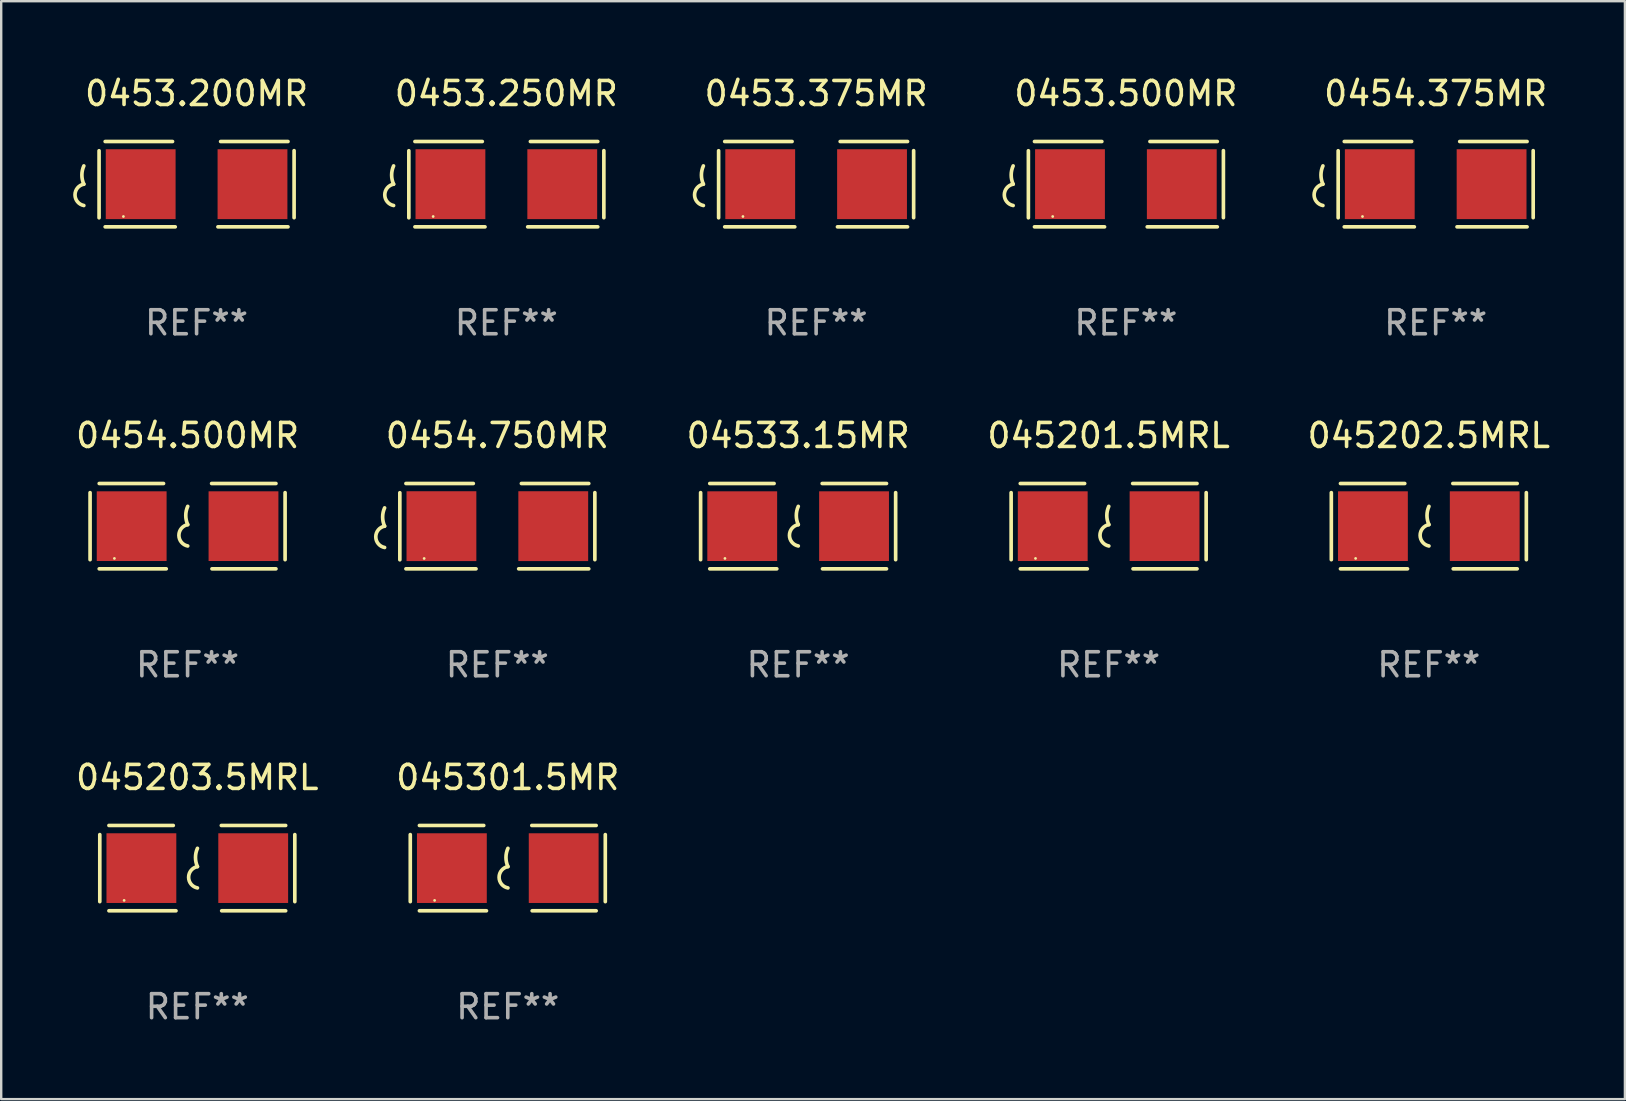
<source format=kicad_pcb>
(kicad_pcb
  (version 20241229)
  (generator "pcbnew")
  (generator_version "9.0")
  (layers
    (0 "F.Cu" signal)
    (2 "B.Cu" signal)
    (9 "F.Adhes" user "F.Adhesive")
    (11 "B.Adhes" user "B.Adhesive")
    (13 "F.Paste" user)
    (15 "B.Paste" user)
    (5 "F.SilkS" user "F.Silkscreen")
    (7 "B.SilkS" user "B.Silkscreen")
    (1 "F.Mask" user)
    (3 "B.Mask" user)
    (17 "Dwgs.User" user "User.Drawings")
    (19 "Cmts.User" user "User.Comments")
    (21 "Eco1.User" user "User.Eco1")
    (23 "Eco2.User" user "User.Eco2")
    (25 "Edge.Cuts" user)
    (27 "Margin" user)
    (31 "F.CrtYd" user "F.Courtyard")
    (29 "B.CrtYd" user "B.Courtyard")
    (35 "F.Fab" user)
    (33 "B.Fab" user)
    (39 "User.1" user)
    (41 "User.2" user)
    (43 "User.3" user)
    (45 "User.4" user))
  (footprint "0454.500MR"
    (layer "F.Cu")
    (at 4.768 18.879)
    (property "Reference" "0454.500MR" (at 0 -3.778 0) (layer "F.SilkS") (effects (font (size 1 1) (thickness 0.15))))
    (attr through_hole)
    (fp_line (start -4.064 -1.397) (end -4.064 1.397) (stroke (width 0.152) (type solid)) (layer "F.SilkS"))
    (fp_line (start -3.683 -1.778) (end -1.002 -1.778) (stroke (width 0.152) (type solid)) (layer "F.SilkS"))
    (fp_line (start -0.889 1.778) (end -3.683 1.778) (stroke (width 0.152) (type solid)) (layer "F.SilkS"))
    (fp_line (start 1.016 1.778) (end 3.683 1.778) (stroke (width 0.152) (type solid)) (layer "F.SilkS"))
    (fp_line (start 3.683 -1.778) (end 1.001 -1.778) (stroke (width 0.152) (type solid)) (layer "F.SilkS"))
    (fp_line (start 4.064 -1.397) (end 4.064 1.397) (stroke (width 0.152) (type solid)) (layer "F.SilkS"))
    (fp_arc (start 0.006045 -0.0635) (mid -0.075591 -0.444501) (end 0.006045 -0.825502) (stroke (width 0.151994) (type solid)) (layer "F.SilkS"))
    (fp_arc (start 0.006045 0.825502) (mid -0.361643 0.381001) (end 0.006045 -0.0635) (stroke (width 0.151994) (type solid)) (layer "F.SilkS"))
    (fp_circle (center -3.05 1.345) (end -3.02 1.345) (stroke (width 0.06) (type solid)) (fill no) (layer "F.SilkS"))
    (fp_text user "REF**" (at 0 5.778 0) (layer "F.Fab") (effects (font (size 1 1) (thickness 0.15))))
    (pad "1" smd rect (at -2.33 0) (size 2.91 2.905) (layers "F.Cu" "F.Mask" "F.Paste"))
    (pad "2" smd rect (at 2.33 0) (size 2.91 2.905) (layers "F.Cu" "F.Mask" "F.Paste")))
  (footprint "0454.375MR"
    (layer "F.Cu")
    (at 56.785 4.626)
    (property "Reference" "0454.375MR" (at 0 -3.778 0) (layer "F.SilkS") (effects (font (size 1 1) (thickness 0.15))))
    (attr through_hole)
    (fp_line (start -4.064 -1.393) (end -4.064 1.401) (stroke (width 0.152) (type solid)) (layer "F.SilkS"))
    (fp_line (start -3.81 -1.778) (end -1.002 -1.778) (stroke (width 0.152) (type solid)) (layer "F.SilkS"))
    (fp_line (start -0.889 1.778) (end -3.81 1.778) (stroke (width 0.152) (type solid)) (layer "F.SilkS"))
    (fp_line (start 0.889 1.778) (end 3.81 1.778) (stroke (width 0.152) (type solid)) (layer "F.SilkS"))
    (fp_line (start 3.81 -1.778) (end 1.002 -1.778) (stroke (width 0.152) (type solid)) (layer "F.SilkS"))
    (fp_line (start 4.064 -1.397) (end 4.064 1.397) (stroke (width 0.152) (type solid)) (layer "F.SilkS"))
    (fp_arc (start -4.699009 0) (mid -4.780645 -0.381001) (end -4.699009 -0.762002) (stroke (width 0.151994) (type solid)) (layer "F.SilkS"))
    (fp_arc (start -4.699009 0.889002) (mid -5.066697 0.444501) (end -4.699009 0) (stroke (width 0.151994) (type solid)) (layer "F.SilkS"))
    (fp_circle (center -3.05 1.347) (end -3.02 1.347) (stroke (width 0.06) (type solid)) (fill no) (layer "F.SilkS"))
    (fp_text user "REF**" (at 0 5.778 0) (layer "F.Fab") (effects (font (size 1 1) (thickness 0.15))))
    (pad "1" smd rect (at -2.33 0) (size 2.91 2.911) (layers "F.Cu" "F.Mask" "F.Paste"))
    (pad "2" smd rect (at 2.33 0) (size 2.91 2.911) (layers "F.Cu" "F.Mask" "F.Paste")))
  (footprint "0453.500MR"
    (layer "F.Cu")
    (at 43.874 4.626)
    (property "Reference" "0453.500MR" (at 0 -3.778 0) (layer "F.SilkS") (effects (font (size 1 1) (thickness 0.15))))
    (attr through_hole)
    (fp_line (start -4.064 -1.393) (end -4.064 1.401) (stroke (width 0.152) (type solid)) (layer "F.SilkS"))
    (fp_line (start -3.81 -1.778) (end -1.002 -1.778) (stroke (width 0.152) (type solid)) (layer "F.SilkS"))
    (fp_line (start -0.889 1.778) (end -3.81 1.778) (stroke (width 0.152) (type solid)) (layer "F.SilkS"))
    (fp_line (start 0.889 1.778) (end 3.81 1.778) (stroke (width 0.152) (type solid)) (layer "F.SilkS"))
    (fp_line (start 3.81 -1.778) (end 1.002 -1.778) (stroke (width 0.152) (type solid)) (layer "F.SilkS"))
    (fp_line (start 4.064 -1.397) (end 4.064 1.397) (stroke (width 0.152) (type solid)) (layer "F.SilkS"))
    (fp_arc (start -4.699009 0) (mid -4.780645 -0.381001) (end -4.699009 -0.762002) (stroke (width 0.151994) (type solid)) (layer "F.SilkS"))
    (fp_arc (start -4.699009 0.889002) (mid -5.066697 0.444501) (end -4.699009 0) (stroke (width 0.151994) (type solid)) (layer "F.SilkS"))
    (fp_circle (center -3.05 1.347) (end -3.02 1.347) (stroke (width 0.06) (type solid)) (fill no) (layer "F.SilkS"))
    (fp_text user "REF**" (at 0 5.778 0) (layer "F.Fab") (effects (font (size 1 1) (thickness 0.15))))
    (pad "1" smd rect (at -2.33 0) (size 2.91 2.911) (layers "F.Cu" "F.Mask" "F.Paste"))
    (pad "2" smd rect (at 2.33 0) (size 2.91 2.911) (layers "F.Cu" "F.Mask" "F.Paste")))
  (footprint "045301.5MR"
    (layer "F.Cu")
    (at 18.113 33.131)
    (property "Reference" "045301.5MR" (at 0 -3.778 0) (layer "F.SilkS") (effects (font (size 1 1) (thickness 0.15))))
    (attr through_hole)
    (fp_line (start -4.064 -1.397) (end -4.064 1.397) (stroke (width 0.152) (type solid)) (layer "F.SilkS"))
    (fp_line (start -3.683 -1.778) (end -1.002 -1.778) (stroke (width 0.152) (type solid)) (layer "F.SilkS"))
    (fp_line (start -0.889 1.778) (end -3.683 1.778) (stroke (width 0.152) (type solid)) (layer "F.SilkS"))
    (fp_line (start 1.016 1.778) (end 3.683 1.778) (stroke (width 0.152) (type solid)) (layer "F.SilkS"))
    (fp_line (start 3.683 -1.778) (end 1.001 -1.778) (stroke (width 0.152) (type solid)) (layer "F.SilkS"))
    (fp_line (start 4.064 -1.397) (end 4.064 1.397) (stroke (width 0.152) (type solid)) (layer "F.SilkS"))
    (fp_arc (start 0.006045 -0.0635) (mid -0.075591 -0.444501) (end 0.006045 -0.825502) (stroke (width 0.151994) (type solid)) (layer "F.SilkS"))
    (fp_arc (start 0.006045 0.825502) (mid -0.361643 0.381001) (end 0.006045 -0.0635) (stroke (width 0.151994) (type solid)) (layer "F.SilkS"))
    (fp_circle (center -3.05 1.345) (end -3.02 1.345) (stroke (width 0.06) (type solid)) (fill no) (layer "F.SilkS"))
    (fp_text user "REF**" (at 0 5.778 0) (layer "F.Fab") (effects (font (size 1 1) (thickness 0.15))))
    (pad "1" smd rect (at -2.33 0) (size 2.91 2.905) (layers "F.Cu" "F.Mask" "F.Paste"))
    (pad "2" smd rect (at 2.33 0) (size 2.91 2.905) (layers "F.Cu" "F.Mask" "F.Paste")))
  (footprint "0453.200MR"
    (layer "F.Cu")
    (at 5.143 4.626)
    (property "Reference" "0453.200MR" (at 0 -3.778 0) (layer "F.SilkS") (effects (font (size 1 1) (thickness 0.15))))
    (attr through_hole)
    (fp_line (start -4.064 -1.393) (end -4.064 1.401) (stroke (width 0.152) (type solid)) (layer "F.SilkS"))
    (fp_line (start -3.81 -1.778) (end -1.002 -1.778) (stroke (width 0.152) (type solid)) (layer "F.SilkS"))
    (fp_line (start -0.889 1.778) (end -3.81 1.778) (stroke (width 0.152) (type solid)) (layer "F.SilkS"))
    (fp_line (start 0.889 1.778) (end 3.81 1.778) (stroke (width 0.152) (type solid)) (layer "F.SilkS"))
    (fp_line (start 3.81 -1.778) (end 1.002 -1.778) (stroke (width 0.152) (type solid)) (layer "F.SilkS"))
    (fp_line (start 4.064 -1.397) (end 4.064 1.397) (stroke (width 0.152) (type solid)) (layer "F.SilkS"))
    (fp_arc (start -4.699009 0) (mid -4.780645 -0.381001) (end -4.699009 -0.762002) (stroke (width 0.151994) (type solid)) (layer "F.SilkS"))
    (fp_arc (start -4.699009 0.889002) (mid -5.066697 0.444501) (end -4.699009 0) (stroke (width 0.151994) (type solid)) (layer "F.SilkS"))
    (fp_circle (center -3.05 1.347) (end -3.02 1.347) (stroke (width 0.06) (type solid)) (fill no) (layer "F.SilkS"))
    (fp_text user "REF**" (at 0 5.778 0) (layer "F.Fab") (effects (font (size 1 1) (thickness 0.15))))
    (pad "1" smd rect (at -2.33 0) (size 2.91 2.911) (layers "F.Cu" "F.Mask" "F.Paste"))
    (pad "2" smd rect (at 2.33 0) (size 2.91 2.911) (layers "F.Cu" "F.Mask" "F.Paste")))
  (footprint "04533.15MR"
    (layer "F.Cu")
    (at 30.214 18.879)
    (property "Reference" "04533.15MR" (at 0 -3.778 0) (layer "F.SilkS") (effects (font (size 1 1) (thickness 0.15))))
    (attr through_hole)
    (fp_line (start -4.064 -1.397) (end -4.064 1.397) (stroke (width 0.152) (type solid)) (layer "F.SilkS"))
    (fp_line (start -3.683 -1.778) (end -1.002 -1.778) (stroke (width 0.152) (type solid)) (layer "F.SilkS"))
    (fp_line (start -0.889 1.778) (end -3.683 1.778) (stroke (width 0.152) (type solid)) (layer "F.SilkS"))
    (fp_line (start 1.016 1.778) (end 3.683 1.778) (stroke (width 0.152) (type solid)) (layer "F.SilkS"))
    (fp_line (start 3.683 -1.778) (end 1.001 -1.778) (stroke (width 0.152) (type solid)) (layer "F.SilkS"))
    (fp_line (start 4.064 -1.397) (end 4.064 1.397) (stroke (width 0.152) (type solid)) (layer "F.SilkS"))
    (fp_arc (start 0.006045 -0.0635) (mid -0.075591 -0.444501) (end 0.006045 -0.825502) (stroke (width 0.151994) (type solid)) (layer "F.SilkS"))
    (fp_arc (start 0.006045 0.825502) (mid -0.361643 0.381001) (end 0.006045 -0.0635) (stroke (width 0.151994) (type solid)) (layer "F.SilkS"))
    (fp_circle (center -3.05 1.345) (end -3.02 1.345) (stroke (width 0.06) (type solid)) (fill no) (layer "F.SilkS"))
    (fp_text user "REF**" (at 0 5.778 0) (layer "F.Fab") (effects (font (size 1 1) (thickness 0.15))))
    (pad "1" smd rect (at -2.33 0) (size 2.91 2.905) (layers "F.Cu" "F.Mask" "F.Paste"))
    (pad "2" smd rect (at 2.33 0) (size 2.91 2.905) (layers "F.Cu" "F.Mask" "F.Paste")))
  (footprint "0454.750MR"
    (layer "F.Cu")
    (at 17.678 18.879)
    (property "Reference" "0454.750MR" (at 0 -3.778 0) (layer "F.SilkS") (effects (font (size 1 1) (thickness 0.15))))
    (attr through_hole)
    (fp_line (start -4.064 -1.393) (end -4.064 1.401) (stroke (width 0.152) (type solid)) (layer "F.SilkS"))
    (fp_line (start -3.81 -1.778) (end -1.002 -1.778) (stroke (width 0.152) (type solid)) (layer "F.SilkS"))
    (fp_line (start -0.889 1.778) (end -3.81 1.778) (stroke (width 0.152) (type solid)) (layer "F.SilkS"))
    (fp_line (start 0.889 1.778) (end 3.81 1.778) (stroke (width 0.152) (type solid)) (layer "F.SilkS"))
    (fp_line (start 3.81 -1.778) (end 1.002 -1.778) (stroke (width 0.152) (type solid)) (layer "F.SilkS"))
    (fp_line (start 4.064 -1.397) (end 4.064 1.397) (stroke (width 0.152) (type solid)) (layer "F.SilkS"))
    (fp_arc (start -4.699009 0) (mid -4.780645 -0.381001) (end -4.699009 -0.762002) (stroke (width 0.151994) (type solid)) (layer "F.SilkS"))
    (fp_arc (start -4.699009 0.889002) (mid -5.066697 0.444501) (end -4.699009 0) (stroke (width 0.151994) (type solid)) (layer "F.SilkS"))
    (fp_circle (center -3.05 1.347) (end -3.02 1.347) (stroke (width 0.06) (type solid)) (fill no) (layer "F.SilkS"))
    (fp_text user "REF**" (at 0 5.778 0) (layer "F.Fab") (effects (font (size 1 1) (thickness 0.15))))
    (pad "1" smd rect (at -2.33 0) (size 2.91 2.911) (layers "F.Cu" "F.Mask" "F.Paste"))
    (pad "2" smd rect (at 2.33 0) (size 2.91 2.911) (layers "F.Cu" "F.Mask" "F.Paste")))
  (footprint "045203.5MRL"
    (layer "F.Cu")
    (at 5.173 33.131)
    (property "Reference" "045203.5MRL" (at 0 -3.778 0) (layer "F.SilkS") (effects (font (size 1 1) (thickness 0.15))))
    (attr through_hole)
    (fp_line (start -4.064 -1.397) (end -4.064 1.397) (stroke (width 0.152) (type solid)) (layer "F.SilkS"))
    (fp_line (start -3.683 -1.778) (end -1.002 -1.778) (stroke (width 0.152) (type solid)) (layer "F.SilkS"))
    (fp_line (start -0.889 1.778) (end -3.683 1.778) (stroke (width 0.152) (type solid)) (layer "F.SilkS"))
    (fp_line (start 1.016 1.778) (end 3.683 1.778) (stroke (width 0.152) (type solid)) (layer "F.SilkS"))
    (fp_line (start 3.683 -1.778) (end 1.001 -1.778) (stroke (width 0.152) (type solid)) (layer "F.SilkS"))
    (fp_line (start 4.064 -1.397) (end 4.064 1.397) (stroke (width 0.152) (type solid)) (layer "F.SilkS"))
    (fp_arc (start 0.006045 -0.0635) (mid -0.075591 -0.444501) (end 0.006045 -0.825502) (stroke (width 0.151994) (type solid)) (layer "F.SilkS"))
    (fp_arc (start 0.006045 0.825502) (mid -0.361643 0.381001) (end 0.006045 -0.0635) (stroke (width 0.151994) (type solid)) (layer "F.SilkS"))
    (fp_circle (center -3.05 1.345) (end -3.02 1.345) (stroke (width 0.06) (type solid)) (fill no) (layer "F.SilkS"))
    (fp_text user "REF**" (at 0 5.778 0) (layer "F.Fab") (effects (font (size 1 1) (thickness 0.15))))
    (pad "1" smd rect (at -2.33 0) (size 2.91 2.905) (layers "F.Cu" "F.Mask" "F.Paste"))
    (pad "2" smd rect (at 2.33 0) (size 2.91 2.905) (layers "F.Cu" "F.Mask" "F.Paste")))
  (footprint "045201.5MRL"
    (layer "F.Cu")
    (at 43.155 18.879)
    (property "Reference" "045201.5MRL" (at 0 -3.778 0) (layer "F.SilkS") (effects (font (size 1 1) (thickness 0.15))))
    (attr through_hole)
    (fp_line (start -4.064 -1.397) (end -4.064 1.397) (stroke (width 0.152) (type solid)) (layer "F.SilkS"))
    (fp_line (start -3.683 -1.778) (end -1.002 -1.778) (stroke (width 0.152) (type solid)) (layer "F.SilkS"))
    (fp_line (start -0.889 1.778) (end -3.683 1.778) (stroke (width 0.152) (type solid)) (layer "F.SilkS"))
    (fp_line (start 1.016 1.778) (end 3.683 1.778) (stroke (width 0.152) (type solid)) (layer "F.SilkS"))
    (fp_line (start 3.683 -1.778) (end 1.001 -1.778) (stroke (width 0.152) (type solid)) (layer "F.SilkS"))
    (fp_line (start 4.064 -1.397) (end 4.064 1.397) (stroke (width 0.152) (type solid)) (layer "F.SilkS"))
    (fp_arc (start 0.006045 -0.0635) (mid -0.075591 -0.444501) (end 0.006045 -0.825502) (stroke (width 0.151994) (type solid)) (layer "F.SilkS"))
    (fp_arc (start 0.006045 0.825502) (mid -0.361643 0.381001) (end 0.006045 -0.0635) (stroke (width 0.151994) (type solid)) (layer "F.SilkS"))
    (fp_circle (center -3.05 1.345) (end -3.02 1.345) (stroke (width 0.06) (type solid)) (fill no) (layer "F.SilkS"))
    (fp_text user "REF**" (at 0 5.778 0) (layer "F.Fab") (effects (font (size 1 1) (thickness 0.15))))
    (pad "1" smd rect (at -2.33 0) (size 2.91 2.905) (layers "F.Cu" "F.Mask" "F.Paste"))
    (pad "2" smd rect (at 2.33 0) (size 2.91 2.905) (layers "F.Cu" "F.Mask" "F.Paste")))
  (footprint "0453.375MR"
    (layer "F.Cu")
    (at 30.964 4.626)
    (property "Reference" "0453.375MR" (at 0 -3.778 0) (layer "F.SilkS") (effects (font (size 1 1) (thickness 0.15))))
    (attr through_hole)
    (fp_line (start -4.064 -1.393) (end -4.064 1.401) (stroke (width 0.152) (type solid)) (layer "F.SilkS"))
    (fp_line (start -3.81 -1.778) (end -1.002 -1.778) (stroke (width 0.152) (type solid)) (layer "F.SilkS"))
    (fp_line (start -0.889 1.778) (end -3.81 1.778) (stroke (width 0.152) (type solid)) (layer "F.SilkS"))
    (fp_line (start 0.889 1.778) (end 3.81 1.778) (stroke (width 0.152) (type solid)) (layer "F.SilkS"))
    (fp_line (start 3.81 -1.778) (end 1.002 -1.778) (stroke (width 0.152) (type solid)) (layer "F.SilkS"))
    (fp_line (start 4.064 -1.397) (end 4.064 1.397) (stroke (width 0.152) (type solid)) (layer "F.SilkS"))
    (fp_arc (start -4.699009 0) (mid -4.780645 -0.381001) (end -4.699009 -0.762002) (stroke (width 0.151994) (type solid)) (layer "F.SilkS"))
    (fp_arc (start -4.699009 0.889002) (mid -5.066697 0.444501) (end -4.699009 0) (stroke (width 0.151994) (type solid)) (layer "F.SilkS"))
    (fp_circle (center -3.05 1.347) (end -3.02 1.347) (stroke (width 0.06) (type solid)) (fill no) (layer "F.SilkS"))
    (fp_text user "REF**" (at 0 5.778 0) (layer "F.Fab") (effects (font (size 1 1) (thickness 0.15))))
    (pad "1" smd rect (at -2.33 0) (size 2.91 2.911) (layers "F.Cu" "F.Mask" "F.Paste"))
    (pad "2" smd rect (at 2.33 0) (size 2.91 2.911) (layers "F.Cu" "F.Mask" "F.Paste")))
  (footprint "045202.5MRL"
    (layer "F.Cu")
    (at 56.5 18.879)
    (property "Reference" "045202.5MRL" (at 0 -3.778 0) (layer "F.SilkS") (effects (font (size 1 1) (thickness 0.15))))
    (attr through_hole)
    (fp_line (start -4.064 -1.397) (end -4.064 1.397) (stroke (width 0.152) (type solid)) (layer "F.SilkS"))
    (fp_line (start -3.683 -1.778) (end -1.002 -1.778) (stroke (width 0.152) (type solid)) (layer "F.SilkS"))
    (fp_line (start -0.889 1.778) (end -3.683 1.778) (stroke (width 0.152) (type solid)) (layer "F.SilkS"))
    (fp_line (start 1.016 1.778) (end 3.683 1.778) (stroke (width 0.152) (type solid)) (layer "F.SilkS"))
    (fp_line (start 3.683 -1.778) (end 1.001 -1.778) (stroke (width 0.152) (type solid)) (layer "F.SilkS"))
    (fp_line (start 4.064 -1.397) (end 4.064 1.397) (stroke (width 0.152) (type solid)) (layer "F.SilkS"))
    (fp_arc (start 0.006045 -0.0635) (mid -0.075591 -0.444501) (end 0.006045 -0.825502) (stroke (width 0.151994) (type solid)) (layer "F.SilkS"))
    (fp_arc (start 0.006045 0.825502) (mid -0.361643 0.381001) (end 0.006045 -0.0635) (stroke (width 0.151994) (type solid)) (layer "F.SilkS"))
    (fp_circle (center -3.05 1.345) (end -3.02 1.345) (stroke (width 0.06) (type solid)) (fill no) (layer "F.SilkS"))
    (fp_text user "REF**" (at 0 5.778 0) (layer "F.Fab") (effects (font (size 1 1) (thickness 0.15))))
    (pad "1" smd rect (at -2.33 0) (size 2.91 2.905) (layers "F.Cu" "F.Mask" "F.Paste"))
    (pad "2" smd rect (at 2.33 0) (size 2.91 2.905) (layers "F.Cu" "F.Mask" "F.Paste")))
  (footprint "0453.250MR"
    (layer "F.Cu")
    (at 18.053 4.626)
    (property "Reference" "0453.250MR" (at 0 -3.778 0) (layer "F.SilkS") (effects (font (size 1 1) (thickness 0.15))))
    (attr through_hole)
    (fp_line (start -4.064 -1.393) (end -4.064 1.401) (stroke (width 0.152) (type solid)) (layer "F.SilkS"))
    (fp_line (start -3.81 -1.778) (end -1.002 -1.778) (stroke (width 0.152) (type solid)) (layer "F.SilkS"))
    (fp_line (start -0.889 1.778) (end -3.81 1.778) (stroke (width 0.152) (type solid)) (layer "F.SilkS"))
    (fp_line (start 0.889 1.778) (end 3.81 1.778) (stroke (width 0.152) (type solid)) (layer "F.SilkS"))
    (fp_line (start 3.81 -1.778) (end 1.002 -1.778) (stroke (width 0.152) (type solid)) (layer "F.SilkS"))
    (fp_line (start 4.064 -1.397) (end 4.064 1.397) (stroke (width 0.152) (type solid)) (layer "F.SilkS"))
    (fp_arc (start -4.699009 0) (mid -4.780645 -0.381001) (end -4.699009 -0.762002) (stroke (width 0.151994) (type solid)) (layer "F.SilkS"))
    (fp_arc (start -4.699009 0.889002) (mid -5.066697 0.444501) (end -4.699009 0) (stroke (width 0.151994) (type solid)) (layer "F.SilkS"))
    (fp_circle (center -3.05 1.347) (end -3.02 1.347) (stroke (width 0.06) (type solid)) (fill no) (layer "F.SilkS"))
    (fp_text user "REF**" (at 0 5.778 0) (layer "F.Fab") (effects (font (size 1 1) (thickness 0.15))))
    (pad "1" smd rect (at -2.33 0) (size 2.91 2.911) (layers "F.Cu" "F.Mask" "F.Paste"))
    (pad "2" smd rect (at 2.33 0) (size 2.91 2.911) (layers "F.Cu" "F.Mask" "F.Paste")))
  (gr_rect
    (start -3 -3)
    (end 64.672 42.758)
    (stroke (width 0.1) (type default))
    (fill no)
    (layer "Edge.Cuts")))
</source>
